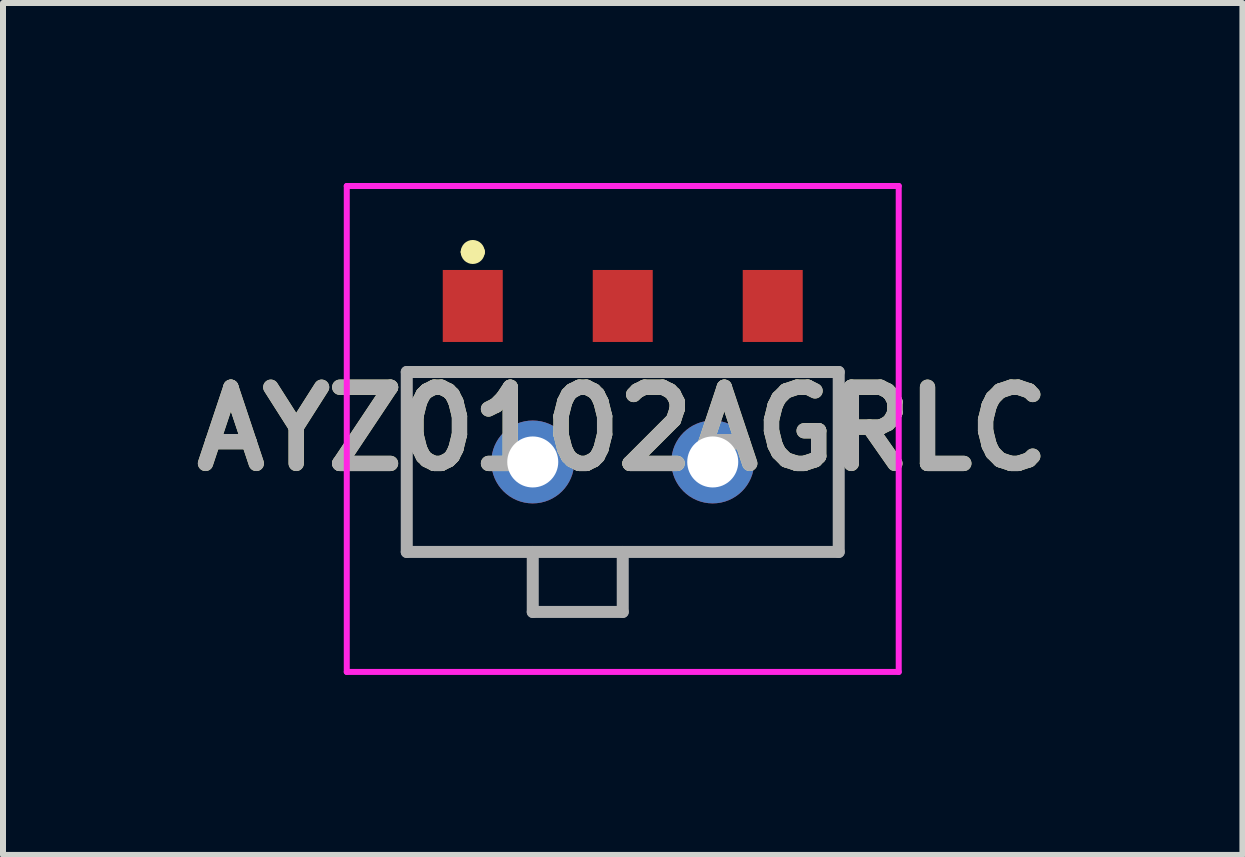
<source format=kicad_pcb>
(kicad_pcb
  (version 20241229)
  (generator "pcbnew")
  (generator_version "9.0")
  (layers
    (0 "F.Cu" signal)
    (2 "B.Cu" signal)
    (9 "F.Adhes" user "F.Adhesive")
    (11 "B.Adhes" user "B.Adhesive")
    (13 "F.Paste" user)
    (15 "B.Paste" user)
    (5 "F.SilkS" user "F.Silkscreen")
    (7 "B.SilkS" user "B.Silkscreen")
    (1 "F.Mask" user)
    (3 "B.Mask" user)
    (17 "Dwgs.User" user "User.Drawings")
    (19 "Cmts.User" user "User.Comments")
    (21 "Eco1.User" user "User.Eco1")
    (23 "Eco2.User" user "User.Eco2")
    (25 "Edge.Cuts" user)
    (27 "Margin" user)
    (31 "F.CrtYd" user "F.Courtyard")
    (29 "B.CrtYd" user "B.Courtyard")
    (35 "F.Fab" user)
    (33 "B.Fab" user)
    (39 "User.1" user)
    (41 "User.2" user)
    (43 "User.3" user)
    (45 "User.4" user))
  (footprint "AYZ0102AGRLC"
    (layer "F.Cu")
    (at 7.33 4.1)
    (property "Reference" "AYZ0102AGRLC" (at 0 0 0) (layer "F.SilkS") (effects (font (size 1.27 1.27) (thickness 0.254))))
    (attr through_hole)
    (fp_line (start -3.6 -0.95) (end 3.6 -0.95) (stroke (width 0.1) (type solid)) (layer "F.SilkS"))
    (fp_line (start -3.6 2.05) (end -3.6 -0.95) (stroke (width 0.1) (type solid)) (layer "F.SilkS"))
    (fp_line (start -2.6 -2.95) (end -2.6 -2.95) (stroke (width 0.2) (type solid)) (layer "F.SilkS"))
    (fp_line (start -2.4 -2.95) (end -2.4 -2.95) (stroke (width 0.2) (type solid)) (layer "F.SilkS"))
    (fp_line (start -1.5 2.05) (end -1.5 3.05) (stroke (width 0.1) (type solid)) (layer "F.SilkS"))
    (fp_line (start -1.5 3.05) (end 0 3.05) (stroke (width 0.1) (type solid)) (layer "F.SilkS"))
    (fp_line (start 0 3.05) (end 0 2.05) (stroke (width 0.1) (type solid)) (layer "F.SilkS"))
    (fp_line (start 3.6 -0.95) (end 3.6 2.05) (stroke (width 0.1) (type solid)) (layer "F.SilkS"))
    (fp_line (start 3.6 2.05) (end -3.6 2.05) (stroke (width 0.1) (type solid)) (layer "F.SilkS"))
    (fp_arc (start -2.6 -2.95) (mid -2.5 -3.05) (end -2.4 -2.95) (stroke (width 0.2) (type solid)) (layer "F.SilkS"))
    (fp_arc (start -2.4 -2.95) (mid -2.5 -2.85) (end -2.6 -2.95) (stroke (width 0.2) (type solid)) (layer "F.SilkS"))
    (fp_line (start -4.6 -4.05) (end 4.6 -4.05) (stroke (width 0.1) (type solid)) (layer "F.CrtYd"))
    (fp_line (start -4.6 4.05) (end -4.6 -4.05) (stroke (width 0.1) (type solid)) (layer "F.CrtYd"))
    (fp_line (start 4.6 -4.05) (end 4.6 4.05) (stroke (width 0.1) (type solid)) (layer "F.CrtYd"))
    (fp_line (start 4.6 4.05) (end -4.6 4.05) (stroke (width 0.1) (type solid)) (layer "F.CrtYd"))
    (fp_line (start -3.6 -0.95) (end 3.6 -0.95) (stroke (width 0.2) (type solid)) (layer "F.Fab"))
    (fp_line (start -3.6 2.05) (end -3.6 -0.95) (stroke (width 0.2) (type solid)) (layer "F.Fab"))
    (fp_line (start -1.5 3.05) (end -1.5 2.05) (stroke (width 0.2) (type solid)) (layer "F.Fab"))
    (fp_line (start 0 2.05) (end 0 3.05) (stroke (width 0.2) (type solid)) (layer "F.Fab"))
    (fp_line (start 0 3.05) (end -1.5 3.05) (stroke (width 0.2) (type solid)) (layer "F.Fab"))
    (fp_line (start 3.6 -0.95) (end 3.6 2.05) (stroke (width 0.2) (type solid)) (layer "F.Fab"))
    (fp_line (start 3.6 2.05) (end -3.6 2.05) (stroke (width 0.2) (type solid)) (layer "F.Fab"))
    (fp_text user "${REFERENCE}" (at 0 0 0) (layer "F.Fab") (effects (font (size 1.27 1.27) (thickness 0.254))))
    (pad "1" smd rect (at -2.5 -2.05) (size 1 1.2) (layers "F.Cu" "F.Mask" "F.Paste"))
    (pad "2" smd rect (at 0 -2.05) (size 1 1.2) (layers "F.Cu" "F.Mask" "F.Paste"))
    (pad "3" smd rect (at 2.5 -2.05) (size 1 1.2) (layers "F.Cu" "F.Mask" "F.Paste"))
    (pad "4" thru_hole circle (at -1.5 0.55) (size 1.381 1.381) (drill 0.85) (layers "*.Cu" "*.Mask"))
    (pad "5" thru_hole circle (at 1.5 0.55) (size 1.381 1.381) (drill 0.85) (layers "*.Cu" "*.Mask")))
  (gr_rect
    (start -3 -3)
    (end 17.659 11.2)
    (stroke (width 0.1) (type default))
    (fill no)
    (layer "Edge.Cuts")))
</source>
